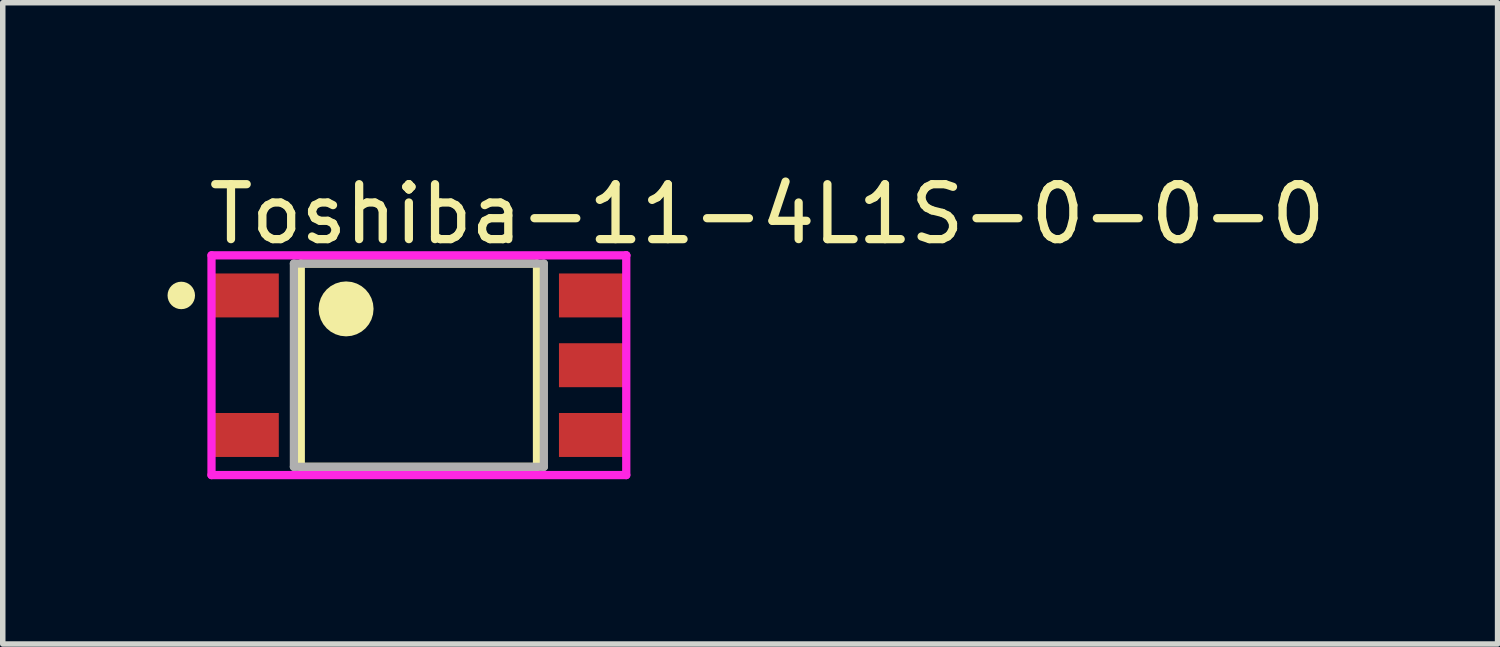
<source format=kicad_pcb>
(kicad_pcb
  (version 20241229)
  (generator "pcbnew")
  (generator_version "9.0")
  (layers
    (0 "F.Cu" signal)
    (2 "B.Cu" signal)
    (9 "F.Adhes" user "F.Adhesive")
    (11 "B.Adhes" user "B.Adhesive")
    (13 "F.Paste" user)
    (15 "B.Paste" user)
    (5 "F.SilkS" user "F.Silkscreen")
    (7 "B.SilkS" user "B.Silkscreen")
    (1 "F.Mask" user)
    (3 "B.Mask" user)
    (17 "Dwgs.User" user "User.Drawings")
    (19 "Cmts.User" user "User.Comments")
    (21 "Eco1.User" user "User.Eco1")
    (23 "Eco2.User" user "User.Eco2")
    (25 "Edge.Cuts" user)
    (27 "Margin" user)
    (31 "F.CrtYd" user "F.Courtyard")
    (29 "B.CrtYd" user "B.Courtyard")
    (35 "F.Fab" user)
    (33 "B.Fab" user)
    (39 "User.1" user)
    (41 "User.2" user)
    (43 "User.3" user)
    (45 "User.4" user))
  (footprint "Toshiba-11-4L1S-0-0-0"
    (layer "F.Cu")
    (at 4.575 3.598)
    (property "Reference" "Toshiba-11-4L1S-0-0-0" (at -3.9 -2.75 0) (layer "F.SilkS") (effects (font (size 1 1) (thickness 0.15)) (justify left)))
    (attr through_hole)
    (fp_line (start -2.15 -1.85) (end 2.15 -1.85) (stroke (width 0.15) (type solid)) (layer "F.SilkS"))
    (fp_line (start -2.15 1.85) (end -2.15 -1.85) (stroke (width 0.15) (type solid)) (layer "F.SilkS"))
    (fp_line (start 2.15 -1.85) (end 2.15 1.85) (stroke (width 0.15) (type solid)) (layer "F.SilkS"))
    (fp_line (start 2.15 1.85) (end -2.15 1.85) (stroke (width 0.15) (type solid)) (layer "F.SilkS"))
    (fp_circle (center -4.325 -1.27) (end -4.2 -1.27) (stroke (width 0.25) (type solid)) (fill no) (layer "F.SilkS"))
    (fp_circle (center -1.325 -1.025) (end -1.075 -1.025) (stroke (width 0.5) (type solid)) (fill no) (layer "F.SilkS"))
    (fp_line (start -3.775 -2) (end -3.775 2) (stroke (width 0.15) (type solid)) (layer "F.CrtYd"))
    (fp_line (start -3.775 2) (end 3.775 2) (stroke (width 0.15) (type solid)) (layer "F.CrtYd"))
    (fp_line (start 3.775 -2) (end -3.775 -2) (stroke (width 0.15) (type solid)) (layer "F.CrtYd"))
    (fp_line (start 3.775 -2) (end 3.775 -2) (stroke (width 0.15) (type solid)) (layer "F.CrtYd"))
    (fp_line (start 3.775 2) (end 3.775 -2) (stroke (width 0.15) (type solid)) (layer "F.CrtYd"))
    (fp_line (start -2.275 -1.85) (end 2.275 -1.85) (stroke (width 0.15) (type solid)) (layer "F.Fab"))
    (fp_line (start -2.275 1.85) (end -2.275 -1.85) (stroke (width 0.15) (type solid)) (layer "F.Fab"))
    (fp_line (start 2.275 -1.85) (end 2.275 1.85) (stroke (width 0.15) (type solid)) (layer "F.Fab"))
    (fp_line (start 2.275 1.85) (end -2.275 1.85) (stroke (width 0.15) (type solid)) (layer "F.Fab"))
    (pad "1" smd rect (at -3.15 -1.27) (size 1.2 0.8) (layers "F.Cu" "F.Mask" "F.Paste"))
    (pad "3" smd rect (at -3.15 1.27) (size 1.2 0.8) (layers "F.Cu" "F.Mask" "F.Paste"))
    (pad "4" smd rect (at 3.15 1.27) (size 1.2 0.8) (layers "F.Cu" "F.Mask" "F.Paste"))
    (pad "5" smd rect (at 3.15 0) (size 1.2 0.8) (layers "F.Cu" "F.Mask" "F.Paste"))
    (pad "6" smd rect (at 3.15 -1.27) (size 1.2 0.8) (layers "F.Cu" "F.Mask" "F.Paste")))
  (gr_rect
    (start -3 -3)
    (end 24.211 8.673)
    (stroke (width 0.1) (type default))
    (fill no)
    (layer "Edge.Cuts")))
</source>
